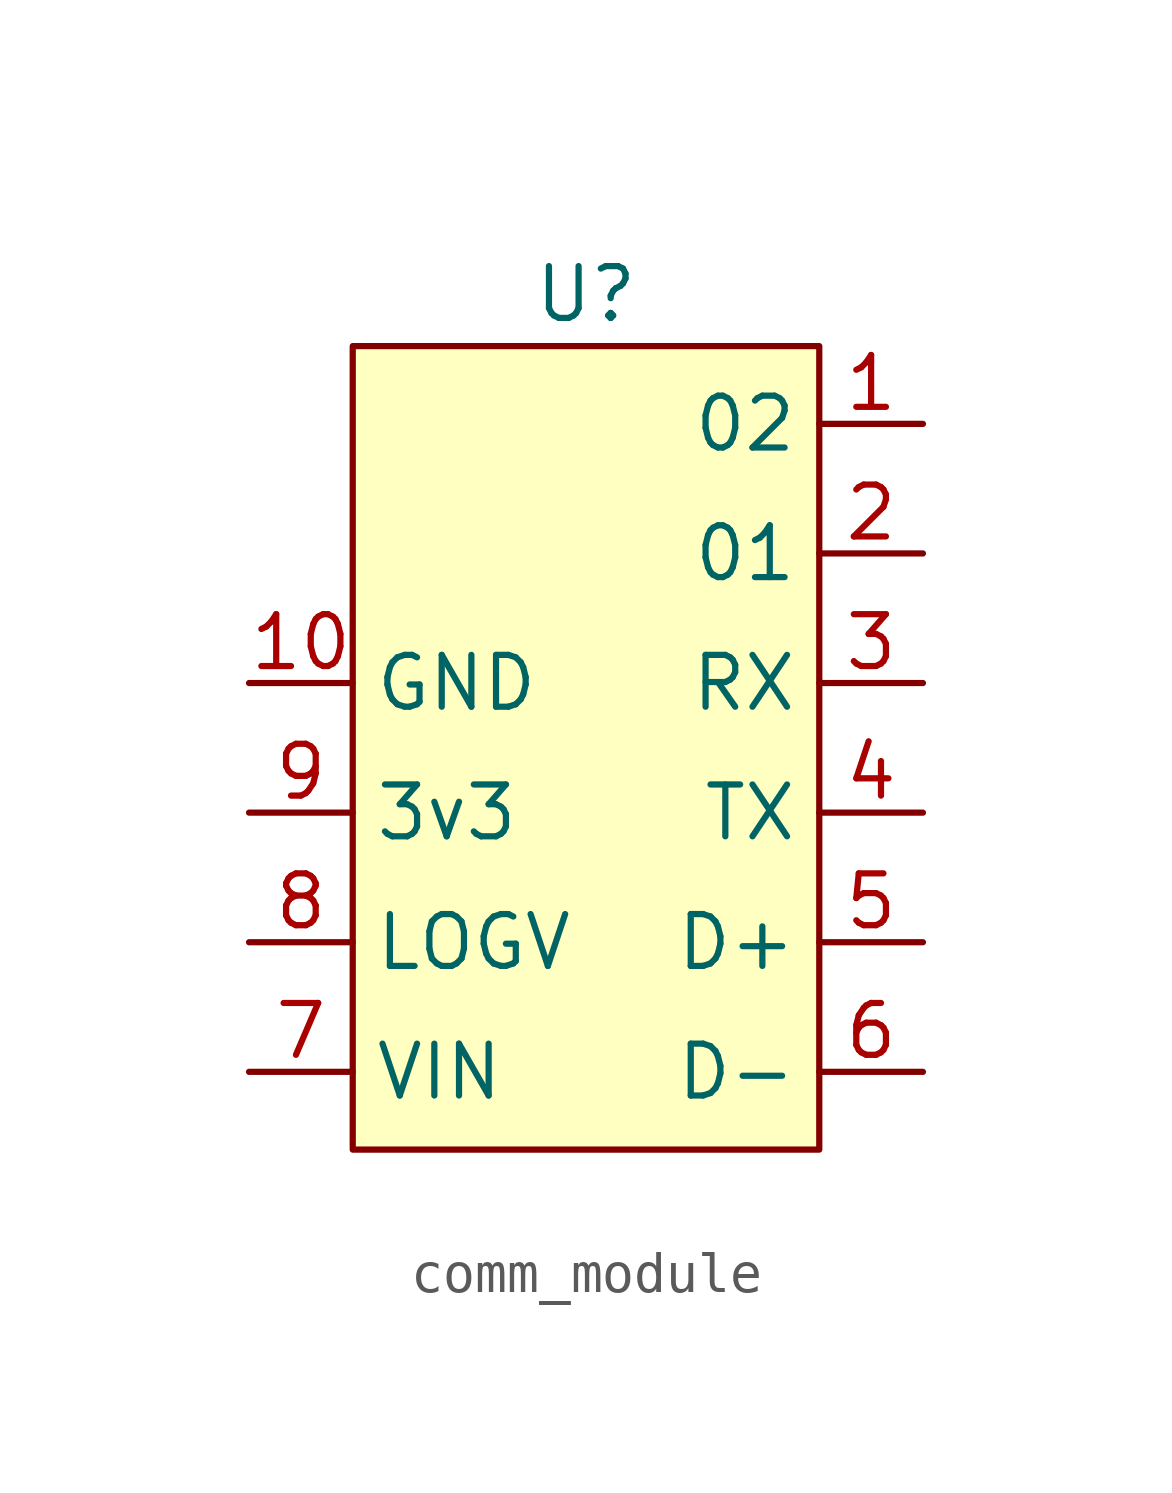
<source format=kicad_sym>
(kicad_symbol_lib
  (version 20220914)
  (generator kicad_symbol_editor)
  (symbol "comm_module"
    (property "Reference" "U"
      (at 0 1.27 0)
      (effects (font (size 1.27 1.27))))
    (property "Value" ""
      (at 0 0 0)
      (effects (font (size 1.27 1.27))))
    (symbol "comm_module_1_1"
      (rectangle (start -5.715 0) (end 5.715 -19.685) (stroke (width 0) (type default)) (fill (type background)))
      (pin input line (at 8.255 -1.905 180) (length 2.54) (name "02" (effects (font (size 1.27 1.27)))) (number "1" (effects (font (size 1.27 1.27)))))
      (pin input line (at -8.255 -8.255 0) (length 2.54) (name "GND" (effects (font (size 1.27 1.27)))) (number "10" (effects (font (size 1.27 1.27)))))
      (pin input line (at 8.255 -5.08 180) (length 2.54) (name "01" (effects (font (size 1.27 1.27)))) (number "2" (effects (font (size 1.27 1.27)))))
      (pin input line (at 8.255 -8.255 180) (length 2.54) (name "RX" (effects (font (size 1.27 1.27)))) (number "3" (effects (font (size 1.27 1.27)))))
      (pin input line (at 8.255 -11.43 180) (length 2.54) (name "TX" (effects (font (size 1.27 1.27)))) (number "4" (effects (font (size 1.27 1.27)))))
      (pin input line (at 8.255 -14.605 180) (length 2.54) (name "D+" (effects (font (size 1.27 1.27)))) (number "5" (effects (font (size 1.27 1.27)))))
      (pin input line (at 8.255 -17.78 180) (length 2.54) (name "D-" (effects (font (size 1.27 1.27)))) (number "6" (effects (font (size 1.27 1.27)))))
      (pin input line (at -8.255 -17.78 0) (length 2.54) (name "VIN" (effects (font (size 1.27 1.27)))) (number "7" (effects (font (size 1.27 1.27)))))
      (pin input line (at -8.255 -14.605 0) (length 2.54) (name "LOGV" (effects (font (size 1.27 1.27)))) (number "8" (effects (font (size 1.27 1.27)))))
      (pin input line (at -8.255 -11.43 0) (length 2.54) (name "3v3" (effects (font (size 1.27 1.27)))) (number "9" (effects (font (size 1.27 1.27))))))))
</source>
